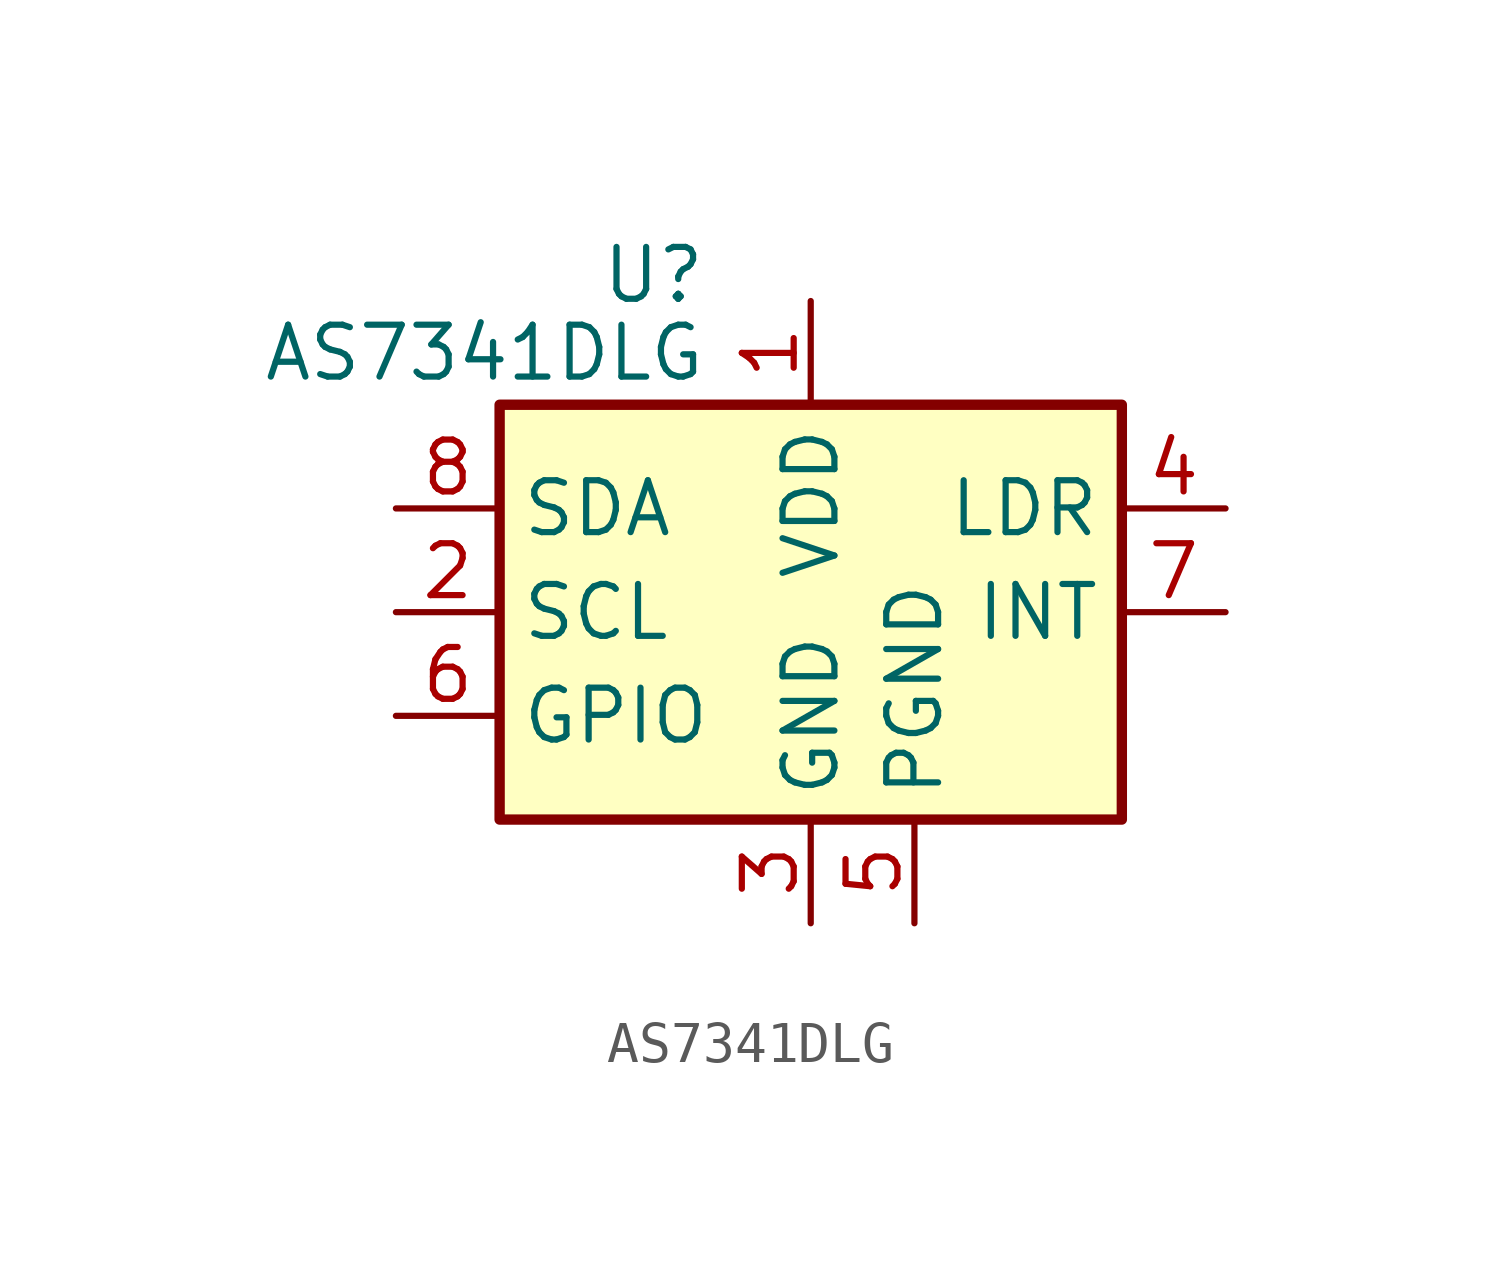
<source format=kicad_sym>
(kicad_symbol_lib
  (version 20211014)
  (generator kicad_symbol_editor)
  (symbol "AS7341DLG"
    (property "Reference" "U"
      (at -2.54 8.255 0)
      (effects (font (size 1.27 1.27)) (justify right)))
    (property "Value" "AS7341DLG"
      (at -2.54 6.35 0)
      (effects (font (size 1.27 1.27)) (justify right)))
    (symbol "AS7341DLG_0_1"
      (rectangle (start -7.62 5.08) (end 7.62 -5.08) (stroke (width 0.254) (type default) (color 0 0 0 0)) (fill (type background))))
    (symbol "AS7341DLG_1_1"
      (pin power_in line (at 0 7.62 270) (length 2.54) (name "VDD" (effects (font (size 1.27 1.27)))) (number "1" (effects (font (size 1.27 1.27)))))
      (pin input line (at -10.16 0 0) (length 2.54) (name "SCL" (effects (font (size 1.27 1.27)))) (number "2" (effects (font (size 1.27 1.27)))))
      (pin power_in line (at 0 -7.62 90) (length 2.54) (name "GND" (effects (font (size 1.27 1.27)))) (number "3" (effects (font (size 1.27 1.27)))))
      (pin passive line (at 10.16 2.54 180) (length 2.54) (name "LDR" (effects (font (size 1.27 1.27)))) (number "4" (effects (font (size 1.27 1.27)))))
      (pin power_in line (at 2.54 -7.62 90) (length 2.54) (name "PGND" (effects (font (size 1.27 1.27)))) (number "5" (effects (font (size 1.27 1.27)))))
      (pin input line (at -10.16 -2.54 0) (length 2.54) (name "GPIO" (effects (font (size 1.27 1.27)))) (number "6" (effects (font (size 1.27 1.27)))))
      (pin open_collector line (at 10.16 0 180) (length 2.54) (name "INT" (effects (font (size 1.27 1.27)))) (number "7" (effects (font (size 1.27 1.27)))))
      (pin bidirectional line (at -10.16 2.54 0) (length 2.54) (name "SDA" (effects (font (size 1.27 1.27)))) (number "8" (effects (font (size 1.27 1.27))))))))
</source>
